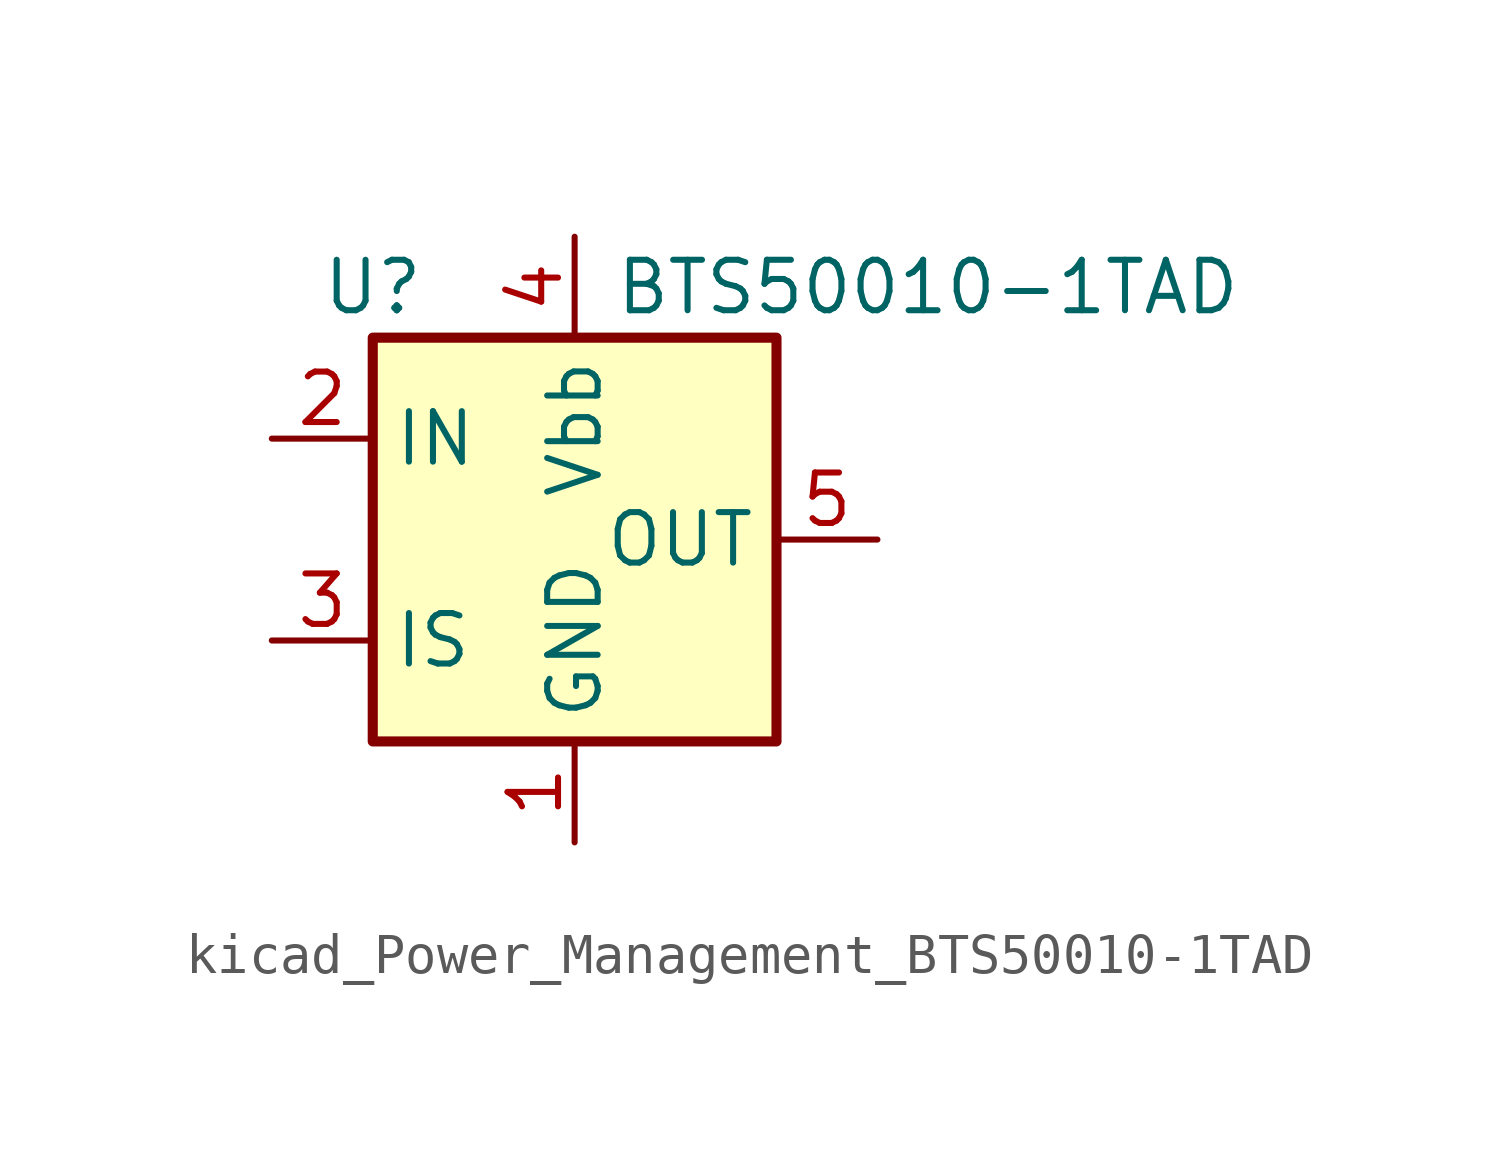
<source format=kicad_sym>
(kicad_symbol_lib
  (version 20220914)
  (generator kicad_symbol_editor)
  (symbol "kicad_Power_Management_BTS50010-1TAD"
    (property "Reference" "U"
      (at -5.08 6.35 0)
      (effects (font (size 1.27 1.27))))
    (property "Value" "BTS50010-1TAD"
      (at 8.89 6.35 0)
      (effects (font (size 1.27 1.27))))
    (symbol "kicad_Power_Management_BTS50010-1TAD_0_1"
      (rectangle (start -5.08 5.08) (end 5.08 -5.08) (stroke (width 0.254) (type default)) (fill (type background))))
    (symbol "kicad_Power_Management_BTS50010-1TAD_1_1"
      (pin power_in line (at 0 -7.62 90) (length 2.54) (name "GND" (effects (font (size 1.27 1.27)))) (number "1" (effects (font (size 1.27 1.27)))))
      (pin input line (at -7.62 2.54 0) (length 2.54) (name "IN" (effects (font (size 1.27 1.27)))) (number "2" (effects (font (size 1.27 1.27)))))
      (pin output line (at -7.62 -2.54 0) (length 2.54) (name "IS" (effects (font (size 1.27 1.27)))) (number "3" (effects (font (size 1.27 1.27)))))
      (pin power_in line (at 0 7.62 270) (length 2.54) (name "Vbb" (effects (font (size 1.27 1.27)))) (number "4" (effects (font (size 1.27 1.27)))))
      (pin passive line (at 7.62 0 180) (length 2.54) (name "OUT" (effects (font (size 1.27 1.27)))) (number "5" (effects (font (size 1.27 1.27)))))
      (pin passive line (at 7.62 0 180) (length 2.54) hide (name "OUT" (effects (font (size 1.27 1.27)))) (number "6" (effects (font (size 1.27 1.27)))))
      (pin passive line (at 7.62 0 180) (length 2.54) hide (name "OUT" (effects (font (size 1.27 1.27)))) (number "7" (effects (font (size 1.27 1.27))))))))
</source>
